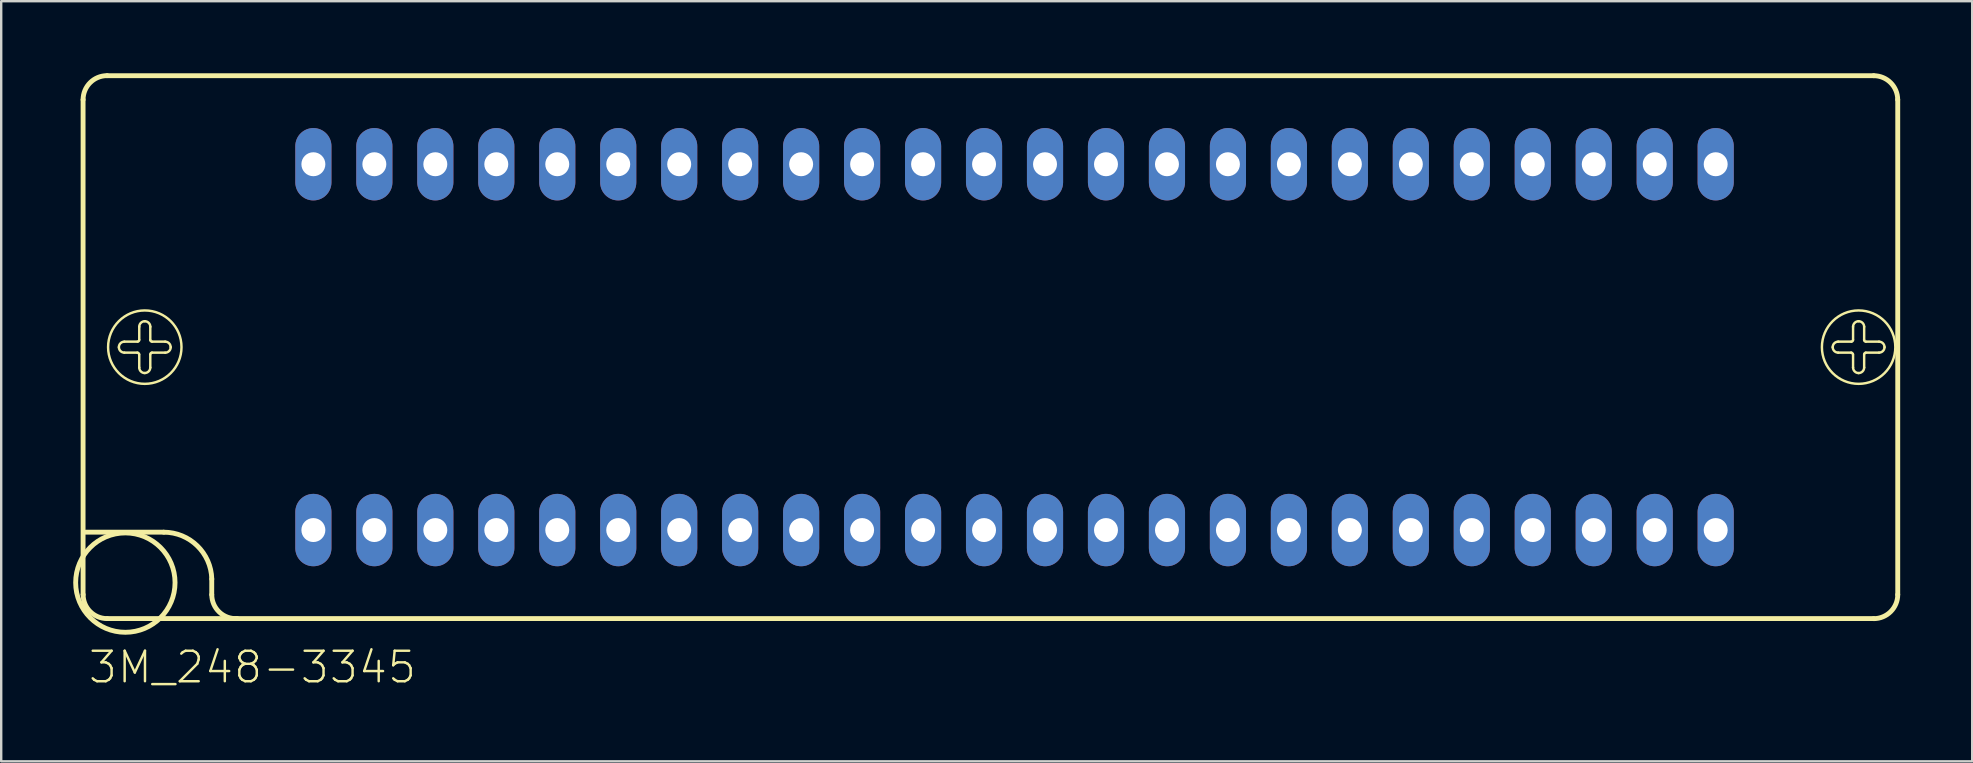
<source format=kicad_pcb>
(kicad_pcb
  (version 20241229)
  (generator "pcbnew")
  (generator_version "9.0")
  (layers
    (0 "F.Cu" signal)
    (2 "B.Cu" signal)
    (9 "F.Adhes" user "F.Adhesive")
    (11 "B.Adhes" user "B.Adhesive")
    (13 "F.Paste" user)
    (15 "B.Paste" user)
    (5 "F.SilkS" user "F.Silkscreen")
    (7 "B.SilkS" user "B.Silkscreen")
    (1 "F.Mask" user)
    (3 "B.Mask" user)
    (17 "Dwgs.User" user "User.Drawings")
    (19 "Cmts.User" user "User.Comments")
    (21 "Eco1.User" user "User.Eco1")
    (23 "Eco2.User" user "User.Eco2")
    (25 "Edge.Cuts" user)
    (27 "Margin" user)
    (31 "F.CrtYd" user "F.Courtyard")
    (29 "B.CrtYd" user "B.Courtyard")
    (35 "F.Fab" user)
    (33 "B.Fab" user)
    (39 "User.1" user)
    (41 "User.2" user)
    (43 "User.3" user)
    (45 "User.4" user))
  (footprint "3M_248-3345"
    (layer "F.Cu")
    (at 42.39 11.412)
    (property "Reference" "3M_248-3345" (at -34.925 13.335 0) (layer "F.SilkS") (effects (font (size 1.27 1.27) (thickness 0.102))))
    (attr exclude_from_pos_files exclude_from_bom)
    (fp_line (start -41.979 10.31) (end -41.979 -10.31) (stroke (width 0.203) (type solid)) (layer "F.SilkS"))
    (fp_line (start -41.869 7.709) (end -38.618 7.709) (stroke (width 0.203) (type solid)) (layer "F.SilkS"))
    (fp_line (start -40.978 -11.308) (end 32.619 -11.308) (stroke (width 0.203) (type solid)) (layer "F.SilkS"))
    (fp_line (start -40.259 -0.229) (end -39.708 -0.229) (stroke (width 0.102) (type solid)) (layer "F.SilkS"))
    (fp_line (start -39.718 0.229) (end -40.259 0.229) (stroke (width 0.102) (type solid)) (layer "F.SilkS"))
    (fp_line (start -39.639 -0.31) (end -39.639 -0.848) (stroke (width 0.102) (type solid)) (layer "F.SilkS"))
    (fp_line (start -39.639 0.848) (end -39.639 0.3) (stroke (width 0.102) (type solid)) (layer "F.SilkS"))
    (fp_line (start -39.179 -0.848) (end -39.179 -0.3) (stroke (width 0.102) (type solid)) (layer "F.SilkS"))
    (fp_line (start -39.179 0.31) (end -39.179 0.848) (stroke (width 0.102) (type solid)) (layer "F.SilkS"))
    (fp_line (start -39.098 -0.229) (end -38.56 -0.229) (stroke (width 0.102) (type solid)) (layer "F.SilkS"))
    (fp_line (start -38.56 0.229) (end -39.108 0.229) (stroke (width 0.102) (type solid)) (layer "F.SilkS"))
    (fp_line (start -36.619 9.66) (end -36.619 10.31) (stroke (width 0.203) (type solid)) (layer "F.SilkS"))
    (fp_line (start -35.568 11.308) (end -40.978 11.308) (stroke (width 0.203) (type solid)) (layer "F.SilkS"))
    (fp_line (start 31.138 -0.229) (end 31.689 -0.229) (stroke (width 0.102) (type solid)) (layer "F.SilkS"))
    (fp_line (start 31.679 0.229) (end 31.138 0.229) (stroke (width 0.102) (type solid)) (layer "F.SilkS"))
    (fp_line (start 31.758 -0.31) (end 31.758 -0.848) (stroke (width 0.102) (type solid)) (layer "F.SilkS"))
    (fp_line (start 31.758 0.848) (end 31.758 0.3) (stroke (width 0.102) (type solid)) (layer "F.SilkS"))
    (fp_line (start 32.22 -0.848) (end 32.22 -0.3) (stroke (width 0.102) (type solid)) (layer "F.SilkS"))
    (fp_line (start 32.22 0.31) (end 32.22 0.848) (stroke (width 0.102) (type solid)) (layer "F.SilkS"))
    (fp_line (start 32.299 -0.229) (end 32.84 -0.229) (stroke (width 0.102) (type solid)) (layer "F.SilkS"))
    (fp_line (start 32.619 11.308) (end -35.568 11.308) (stroke (width 0.203) (type solid)) (layer "F.SilkS"))
    (fp_line (start 32.84 0.229) (end 32.288 0.229) (stroke (width 0.102) (type solid)) (layer "F.SilkS"))
    (fp_line (start 33.619 -10.31) (end 33.619 10.31) (stroke (width 0.203) (type solid)) (layer "F.SilkS"))
    (fp_arc (start -41.97858 -10.30986) (mid -41.685464 -11.017504) (end -40.97782 -11.31062) (stroke (width 0.2032) (type solid)) (layer "F.SilkS"))
    (fp_arc (start -40.97782 11.30808) (mid -41.683668 11.015708) (end -41.97604 10.30986) (stroke (width 0.2032) (type solid)) (layer "F.SilkS"))
    (fp_arc (start -40.4876 0) (mid -40.420645 -0.161645) (end -40.259 -0.2286) (stroke (width 0.1016) (type solid)) (layer "F.SilkS"))
    (fp_arc (start -40.259 0.2286) (mid -40.420645 0.161645) (end -40.4876 0) (stroke (width 0.1016) (type solid)) (layer "F.SilkS"))
    (fp_arc (start -39.71798 0.2286) (mid -39.667691 0.249431) (end -39.64686 0.29972) (stroke (width 0.1016) (type solid)) (layer "F.SilkS"))
    (fp_arc (start -39.63924 -0.84836) (mid -39.571541 -1.011801) (end -39.4081 -1.0795) (stroke (width 0.1016) (type solid)) (layer "F.SilkS"))
    (fp_arc (start -39.63924 -0.29972) (mid -39.659327 -0.251227) (end -39.70782 -0.23114) (stroke (width 0.1016) (type solid)) (layer "F.SilkS"))
    (fp_arc (start -39.4081 -1.0795) (mid -39.244659 -1.011801) (end -39.17696 -0.84836) (stroke (width 0.1016) (type solid)) (layer "F.SilkS"))
    (fp_arc (start -39.4081 1.0795) (mid -39.571541 1.011801) (end -39.63924 0.84836) (stroke (width 0.1016) (type solid)) (layer "F.SilkS"))
    (fp_arc (start -39.1795 0.29972) (mid -39.158669 0.249431) (end -39.10838 0.2286) (stroke (width 0.1016) (type solid)) (layer "F.SilkS"))
    (fp_arc (start -39.1795 0.84836) (mid -39.246455 1.010005) (end -39.4081 1.07696) (stroke (width 0.1016) (type solid)) (layer "F.SilkS"))
    (fp_arc (start -39.10838 -0.2286) (mid -39.158669 -0.249431) (end -39.1795 -0.29972) (stroke (width 0.1016) (type solid)) (layer "F.SilkS"))
    (fp_arc (start -38.61816 7.7089) (mid -37.221519 8.276727) (end -36.617326 9.658026) (stroke (width 0.2032) (type solid)) (layer "F.SilkS"))
    (fp_arc (start -38.55974 -0.2286) (mid -38.398095 -0.161645) (end -38.33114 0) (stroke (width 0.1016) (type solid)) (layer "F.SilkS"))
    (fp_arc (start -38.3286 0) (mid -38.396299 0.163441) (end -38.55974 0.23114) (stroke (width 0.1016) (type solid)) (layer "F.SilkS"))
    (fp_arc (start -35.56762 11.30808) (mid -36.305637 11.03564) (end -36.617925 10.313581) (stroke (width 0.2032) (type solid)) (layer "F.SilkS"))
    (fp_arc (start 30.90926 0) (mid 30.976215 -0.161645) (end 31.13786 -0.2286) (stroke (width 0.1016) (type solid)) (layer "F.SilkS"))
    (fp_arc (start 31.13786 0.2286) (mid 30.976215 0.161645) (end 30.90926 0) (stroke (width 0.1016) (type solid)) (layer "F.SilkS"))
    (fp_arc (start 31.67888 0.2286) (mid 31.729169 0.249431) (end 31.75 0.29972) (stroke (width 0.1016) (type solid)) (layer "F.SilkS"))
    (fp_arc (start 31.75762 -0.84836) (mid 31.825319 -1.011801) (end 31.98876 -1.0795) (stroke (width 0.1016) (type solid)) (layer "F.SilkS"))
    (fp_arc (start 31.75762 -0.29972) (mid 31.737533 -0.251227) (end 31.68904 -0.23114) (stroke (width 0.1016) (type solid)) (layer "F.SilkS"))
    (fp_arc (start 31.98876 -1.0795) (mid 32.152201 -1.011801) (end 32.2199 -0.84836) (stroke (width 0.1016) (type solid)) (layer "F.SilkS"))
    (fp_arc (start 31.98876 1.0795) (mid 31.825319 1.011801) (end 31.75762 0.84836) (stroke (width 0.1016) (type solid)) (layer "F.SilkS"))
    (fp_arc (start 32.2199 0.29972) (mid 32.239987 0.251227) (end 32.28848 0.23114) (stroke (width 0.1016) (type solid)) (layer "F.SilkS"))
    (fp_arc (start 32.2199 0.84836) (mid 32.152201 1.011801) (end 31.98876 1.0795) (stroke (width 0.1016) (type solid)) (layer "F.SilkS"))
    (fp_arc (start 32.28848 -0.2286) (mid 32.238191 -0.249431) (end 32.21736 -0.29972) (stroke (width 0.1016) (type solid)) (layer "F.SilkS"))
    (fp_arc (start 32.61868 -11.30808) (mid 33.324528 -11.015708) (end 33.6169 -10.30986) (stroke (width 0.2032) (type solid)) (layer "F.SilkS"))
    (fp_arc (start 32.83966 -0.2286) (mid 33.001305 -0.161645) (end 33.06826 0) (stroke (width 0.1016) (type solid)) (layer "F.SilkS"))
    (fp_arc (start 33.06826 0) (mid 33.001305 0.161645) (end 32.83966 0.2286) (stroke (width 0.1016) (type solid)) (layer "F.SilkS"))
    (fp_arc (start 33.61944 10.30986) (mid 33.326324 11.017504) (end 32.61868 11.31062) (stroke (width 0.2032) (type solid)) (layer "F.SilkS"))
    (fp_circle (center -40.218 9.809) (end -40.218 7.739) (stroke (width 0.203) (type solid)) (fill no) (layer "F.SilkS"))
    (fp_circle (center -39.408 0) (end -39.408 -1.529) (stroke (width 0.102) (type solid)) (fill no) (layer "F.SilkS"))
    (fp_circle (center 31.989 0) (end 31.989 -1.529) (stroke (width 0.102) (type solid)) (fill no) (layer "F.SilkS"))
    (pad "1" thru_hole oval (at -32.385 7.62 180) (size 1.506 3.015) (drill 0.998) (layers "*.Cu" "*.Paste" "*.Mask"))
    (pad "2" thru_hole oval (at -29.845 7.62 180) (size 1.506 3.015) (drill 0.998) (layers "*.Cu" "*.Paste" "*.Mask"))
    (pad "3" thru_hole oval (at -27.305 7.62 180) (size 1.506 3.015) (drill 0.998) (layers "*.Cu" "*.Paste" "*.Mask"))
    (pad "4" thru_hole oval (at -24.765 7.62 180) (size 1.506 3.015) (drill 0.998) (layers "*.Cu" "*.Paste" "*.Mask"))
    (pad "5" thru_hole oval (at -22.225 7.62 180) (size 1.506 3.015) (drill 0.998) (layers "*.Cu" "*.Paste" "*.Mask"))
    (pad "6" thru_hole oval (at -19.685 7.62 180) (size 1.506 3.015) (drill 0.998) (layers "*.Cu" "*.Paste" "*.Mask"))
    (pad "7" thru_hole oval (at -17.145 7.62 180) (size 1.506 3.015) (drill 0.998) (layers "*.Cu" "*.Paste" "*.Mask"))
    (pad "8" thru_hole oval (at -14.605 7.62 180) (size 1.506 3.015) (drill 0.998) (layers "*.Cu" "*.Paste" "*.Mask"))
    (pad "9" thru_hole oval (at -12.065 7.62 180) (size 1.506 3.015) (drill 0.998) (layers "*.Cu" "*.Paste" "*.Mask"))
    (pad "10" thru_hole oval (at -9.525 7.62 180) (size 1.506 3.015) (drill 0.998) (layers "*.Cu" "*.Paste" "*.Mask"))
    (pad "11" thru_hole oval (at -6.985 7.62 180) (size 1.506 3.015) (drill 0.998) (layers "*.Cu" "*.Paste" "*.Mask"))
    (pad "12" thru_hole oval (at -4.445 7.62 180) (size 1.506 3.015) (drill 0.998) (layers "*.Cu" "*.Paste" "*.Mask"))
    (pad "13" thru_hole oval (at -1.905 7.62 180) (size 1.506 3.015) (drill 0.998) (layers "*.Cu" "*.Paste" "*.Mask"))
    (pad "14" thru_hole oval (at 0.635 7.62 180) (size 1.506 3.015) (drill 0.998) (layers "*.Cu" "*.Paste" "*.Mask"))
    (pad "15" thru_hole oval (at 3.175 7.62 180) (size 1.506 3.015) (drill 0.998) (layers "*.Cu" "*.Paste" "*.Mask"))
    (pad "16" thru_hole oval (at 5.715 7.62 180) (size 1.506 3.015) (drill 0.998) (layers "*.Cu" "*.Paste" "*.Mask"))
    (pad "17" thru_hole oval (at 8.255 7.62 180) (size 1.506 3.015) (drill 0.998) (layers "*.Cu" "*.Paste" "*.Mask"))
    (pad "18" thru_hole oval (at 10.795 7.62 180) (size 1.506 3.015) (drill 0.998) (layers "*.Cu" "*.Paste" "*.Mask"))
    (pad "19" thru_hole oval (at 13.335 7.62 180) (size 1.506 3.015) (drill 0.998) (layers "*.Cu" "*.Paste" "*.Mask"))
    (pad "20" thru_hole oval (at 15.875 7.62 180) (size 1.506 3.015) (drill 0.998) (layers "*.Cu" "*.Paste" "*.Mask"))
    (pad "21" thru_hole oval (at 18.415 7.62 180) (size 1.506 3.015) (drill 0.998) (layers "*.Cu" "*.Paste" "*.Mask"))
    (pad "22" thru_hole oval (at 20.955 7.62 180) (size 1.506 3.015) (drill 0.998) (layers "*.Cu" "*.Paste" "*.Mask"))
    (pad "23" thru_hole oval (at 23.495 7.62 180) (size 1.506 3.015) (drill 0.998) (layers "*.Cu" "*.Paste" "*.Mask"))
    (pad "24" thru_hole oval (at 26.035 7.62 180) (size 1.506 3.015) (drill 0.998) (layers "*.Cu" "*.Paste" "*.Mask"))
    (pad "25" thru_hole oval (at 26.035 -7.62 180) (size 1.506 3.015) (drill 0.998) (layers "*.Cu" "*.Paste" "*.Mask"))
    (pad "26" thru_hole oval (at 23.495 -7.62 180) (size 1.506 3.015) (drill 0.998) (layers "*.Cu" "*.Paste" "*.Mask"))
    (pad "27" thru_hole oval (at 20.955 -7.62 180) (size 1.506 3.015) (drill 0.998) (layers "*.Cu" "*.Paste" "*.Mask"))
    (pad "28" thru_hole oval (at 18.415 -7.62 180) (size 1.506 3.015) (drill 0.998) (layers "*.Cu" "*.Paste" "*.Mask"))
    (pad "29" thru_hole oval (at 15.875 -7.62 180) (size 1.506 3.015) (drill 0.998) (layers "*.Cu" "*.Paste" "*.Mask"))
    (pad "30" thru_hole oval (at 13.335 -7.62 180) (size 1.506 3.015) (drill 0.998) (layers "*.Cu" "*.Paste" "*.Mask"))
    (pad "31" thru_hole oval (at 10.795 -7.62 180) (size 1.506 3.015) (drill 0.998) (layers "*.Cu" "*.Paste" "*.Mask"))
    (pad "32" thru_hole oval (at 8.255 -7.62 180) (size 1.506 3.015) (drill 0.998) (layers "*.Cu" "*.Paste" "*.Mask"))
    (pad "33" thru_hole oval (at 5.715 -7.62 180) (size 1.506 3.015) (drill 0.998) (layers "*.Cu" "*.Paste" "*.Mask"))
    (pad "34" thru_hole oval (at 3.175 -7.62 180) (size 1.506 3.015) (drill 0.998) (layers "*.Cu" "*.Paste" "*.Mask"))
    (pad "35" thru_hole oval (at 0.635 -7.62 180) (size 1.506 3.015) (drill 0.998) (layers "*.Cu" "*.Paste" "*.Mask"))
    (pad "36" thru_hole oval (at -1.905 -7.62 180) (size 1.506 3.015) (drill 0.998) (layers "*.Cu" "*.Paste" "*.Mask"))
    (pad "37" thru_hole oval (at -4.445 -7.62 180) (size 1.506 3.015) (drill 0.998) (layers "*.Cu" "*.Paste" "*.Mask"))
    (pad "38" thru_hole oval (at -6.985 -7.62 180) (size 1.506 3.015) (drill 0.998) (layers "*.Cu" "*.Paste" "*.Mask"))
    (pad "39" thru_hole oval (at -9.525 -7.62 180) (size 1.506 3.015) (drill 0.998) (layers "*.Cu" "*.Paste" "*.Mask"))
    (pad "40" thru_hole oval (at -12.065 -7.62 180) (size 1.506 3.015) (drill 0.998) (layers "*.Cu" "*.Paste" "*.Mask"))
    (pad "41" thru_hole oval (at -14.605 -7.62 180) (size 1.506 3.015) (drill 0.998) (layers "*.Cu" "*.Paste" "*.Mask"))
    (pad "42" thru_hole oval (at -17.145 -7.62 180) (size 1.506 3.015) (drill 0.998) (layers "*.Cu" "*.Paste" "*.Mask"))
    (pad "43" thru_hole oval (at -19.685 -7.62 180) (size 1.506 3.015) (drill 0.998) (layers "*.Cu" "*.Paste" "*.Mask"))
    (pad "44" thru_hole oval (at -22.225 -7.62 180) (size 1.506 3.015) (drill 0.998) (layers "*.Cu" "*.Paste" "*.Mask"))
    (pad "45" thru_hole oval (at -24.765 -7.62 180) (size 1.506 3.015) (drill 0.998) (layers "*.Cu" "*.Paste" "*.Mask"))
    (pad "46" thru_hole oval (at -27.305 -7.62 180) (size 1.506 3.015) (drill 0.998) (layers "*.Cu" "*.Paste" "*.Mask"))
    (pad "47" thru_hole oval (at -29.845 -7.62 180) (size 1.506 3.015) (drill 0.998) (layers "*.Cu" "*.Paste" "*.Mask"))
    (pad "48" thru_hole oval (at -32.385 -7.62 180) (size 1.506 3.015) (drill 0.998) (layers "*.Cu" "*.Paste" "*.Mask")))
  (gr_rect
    (start -3 -3)
    (end 79.111 28.668)
    (stroke (width 0.1) (type default))
    (fill no)
    (layer "Edge.Cuts")))
</source>
